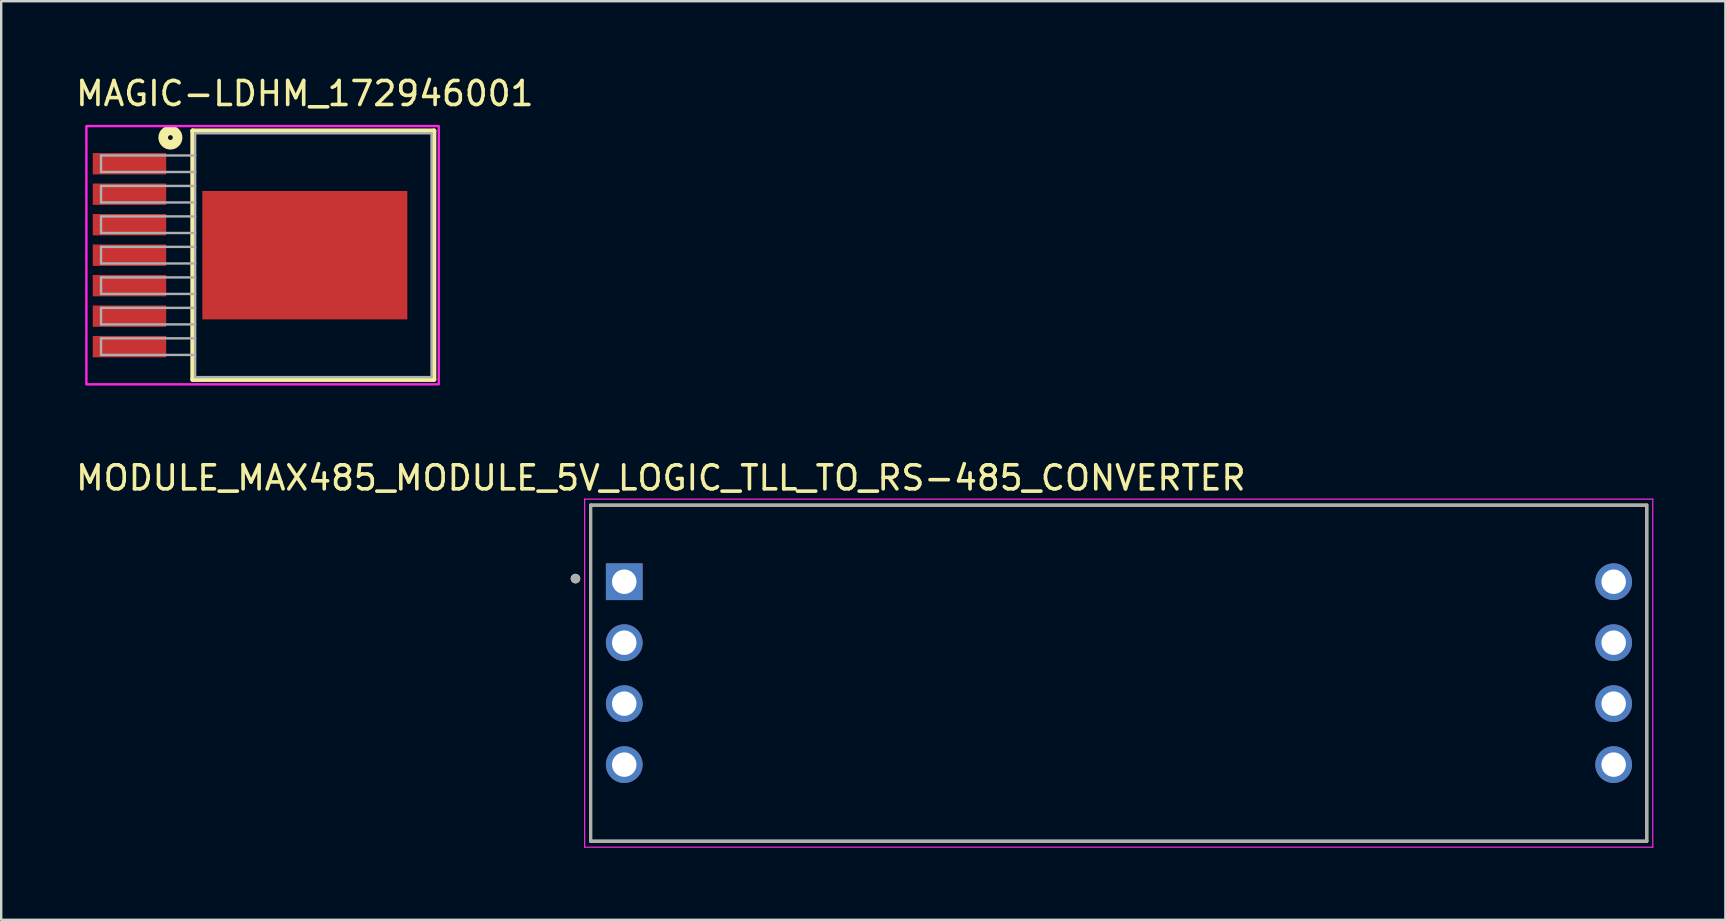
<source format=kicad_pcb>
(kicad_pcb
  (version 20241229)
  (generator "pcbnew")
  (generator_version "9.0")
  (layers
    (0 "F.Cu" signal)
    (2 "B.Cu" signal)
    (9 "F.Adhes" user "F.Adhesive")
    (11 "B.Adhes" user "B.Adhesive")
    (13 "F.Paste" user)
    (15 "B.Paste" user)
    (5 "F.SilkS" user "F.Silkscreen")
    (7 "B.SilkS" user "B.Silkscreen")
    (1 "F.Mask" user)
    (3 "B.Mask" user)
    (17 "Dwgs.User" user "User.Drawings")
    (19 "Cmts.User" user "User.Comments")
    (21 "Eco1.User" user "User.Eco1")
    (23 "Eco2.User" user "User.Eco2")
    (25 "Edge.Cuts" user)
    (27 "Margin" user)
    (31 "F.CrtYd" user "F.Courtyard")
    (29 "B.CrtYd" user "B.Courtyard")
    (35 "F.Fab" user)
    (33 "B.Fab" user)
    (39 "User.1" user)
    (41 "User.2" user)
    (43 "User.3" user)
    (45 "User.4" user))
  (footprint "MAGIC-LDHM_172946001"
    (layer "F.Cu")
    (at 9.649 7.581)
    (property "Reference" "MAGIC-LDHM_172946001" (at 0 -6.733 0) (layer "F.SilkS") (effects (font (size 1 1) (thickness 0.15))))
    (attr smd)
    (fp_line (start -4.67 -5.18) (end 5.38 -5.18) (stroke (width 0.2) (type solid)) (layer "F.SilkS"))
    (fp_line (start -4.67 5.18) (end -4.67 -5.18) (stroke (width 0.2) (type solid)) (layer "F.SilkS"))
    (fp_line (start 5.38 -5.18) (end 5.38 5.18) (stroke (width 0.2) (type solid)) (layer "F.SilkS"))
    (fp_line (start 5.38 5.18) (end -4.67 5.18) (stroke (width 0.2) (type solid)) (layer "F.SilkS"))
    (fp_circle (center -5.6 -4.9) (end -5.5 -4.9) (stroke (width 0.4) (type solid)) (fill no) (layer "F.SilkS"))
    (fp_poly (pts (xy -1.555 -2.675) (xy -1.555 -0.1) (xy -4.265 -0.1) (xy -4.265 -2.675)) (stroke (width 0.1) (type solid)) (fill yes) (layer "F.Paste"))
    (fp_poly (pts (xy -1.355 -2.675) (xy 1.355 -2.675) (xy 1.355 -0.1) (xy -1.355 -0.1) (xy -1.355 -2.674) (xy -1.345 -2.674)) (stroke (width 0.1) (type solid)) (fill yes) (layer "F.Paste"))
    (fp_poly (pts (xy -1.355 0.1) (xy 1.355 0.1) (xy 1.355 2.675) (xy -1.355 2.675) (xy -1.355 0.101) (xy -1.345 0.101)) (stroke (width 0.1) (type solid)) (fill yes) (layer "F.Paste"))
    (fp_poly (pts (xy 1.555 -2.675) (xy 4.265 -2.675) (xy 4.265 -0.1) (xy 1.555 -0.1) (xy 1.555 -2.676) (xy 1.559 -2.676)) (stroke (width 0.1) (type solid)) (fill yes) (layer "F.Paste"))
    (fp_poly (pts (xy 1.555 0.1) (xy 4.265 0.1) (xy 4.265 2.675) (xy 1.555 2.675) (xy 1.555 0.099) (xy 1.559 0.099)) (stroke (width 0.1) (type solid)) (fill yes) (layer "F.Paste"))
    (fp_poly (pts (xy -4.265 0.1) (xy -1.555 0.1) (xy -1.555 2.675) (xy -4.265 2.675) (xy -4.266 0.101) (xy -4.263 0.101) (xy -4.263 0.102)) (stroke (width 0.1) (type solid)) (fill yes) (layer "F.Paste"))
    (fp_poly (pts (xy -9.1 -5.38) (xy 5.58 -5.38) (xy 5.58 5.38) (xy -9.1 5.38)) (stroke (width 0.1) (type solid)) (fill no) (layer "F.CrtYd"))
    (fp_line (start -8.49 -4.155) (end -8.49 -3.465) (stroke (width 0.1) (type solid)) (layer "F.Fab"))
    (fp_line (start -8.49 -3.465) (end -4.57 -3.465) (stroke (width 0.1) (type solid)) (layer "F.Fab"))
    (fp_line (start -8.49 -2.885) (end -8.49 -2.195) (stroke (width 0.1) (type solid)) (layer "F.Fab"))
    (fp_line (start -8.49 -2.195) (end -4.57 -2.195) (stroke (width 0.1) (type solid)) (layer "F.Fab"))
    (fp_line (start -8.49 -1.615) (end -8.49 -0.925) (stroke (width 0.1) (type solid)) (layer "F.Fab"))
    (fp_line (start -8.49 -0.925) (end -4.57 -0.925) (stroke (width 0.1) (type solid)) (layer "F.Fab"))
    (fp_line (start -8.49 -0.345) (end -8.49 0.345) (stroke (width 0.1) (type solid)) (layer "F.Fab"))
    (fp_line (start -8.49 0.345) (end -4.57 0.345) (stroke (width 0.1) (type solid)) (layer "F.Fab"))
    (fp_line (start -8.49 0.925) (end -8.49 1.615) (stroke (width 0.1) (type solid)) (layer "F.Fab"))
    (fp_line (start -8.49 1.615) (end -4.57 1.615) (stroke (width 0.1) (type solid)) (layer "F.Fab"))
    (fp_line (start -8.49 2.195) (end -8.49 2.885) (stroke (width 0.1) (type solid)) (layer "F.Fab"))
    (fp_line (start -8.49 2.885) (end -4.57 2.885) (stroke (width 0.1) (type solid)) (layer "F.Fab"))
    (fp_line (start -8.49 3.465) (end -8.49 4.155) (stroke (width 0.1) (type solid)) (layer "F.Fab"))
    (fp_line (start -8.49 4.155) (end -4.57 4.155) (stroke (width 0.1) (type solid)) (layer "F.Fab"))
    (fp_line (start -4.57 -5.08) (end -4.57 -4.155) (stroke (width 0.1) (type solid)) (layer "F.Fab"))
    (fp_line (start -4.57 -4.155) (end -8.49 -4.155) (stroke (width 0.1) (type solid)) (layer "F.Fab"))
    (fp_line (start -4.57 -4.155) (end -4.57 -3.465) (stroke (width 0.1) (type solid)) (layer "F.Fab"))
    (fp_line (start -4.57 -3.465) (end -4.57 5.08) (stroke (width 0.1) (type solid)) (layer "F.Fab"))
    (fp_line (start -4.57 -2.885) (end -8.49 -2.885) (stroke (width 0.1) (type solid)) (layer "F.Fab"))
    (fp_line (start -4.57 -1.615) (end -8.49 -1.615) (stroke (width 0.1) (type solid)) (layer "F.Fab"))
    (fp_line (start -4.57 -0.345) (end -8.49 -0.345) (stroke (width 0.1) (type solid)) (layer "F.Fab"))
    (fp_line (start -4.57 0.925) (end -8.49 0.925) (stroke (width 0.1) (type solid)) (layer "F.Fab"))
    (fp_line (start -4.57 2.195) (end -8.49 2.195) (stroke (width 0.1) (type solid)) (layer "F.Fab"))
    (fp_line (start -4.57 3.465) (end -8.49 3.465) (stroke (width 0.1) (type solid)) (layer "F.Fab"))
    (fp_line (start -4.57 5.08) (end 5.28 5.08) (stroke (width 0.1) (type solid)) (layer "F.Fab"))
    (fp_line (start 5.28 -5.08) (end -4.57 -5.08) (stroke (width 0.1) (type solid)) (layer "F.Fab"))
    (fp_line (start 5.28 5.08) (end 5.28 -5.08) (stroke (width 0.1) (type solid)) (layer "F.Fab"))
    (pad "1" smd rect (at -7.305 -3.81) (size 3.06 0.89) (layers "F.Cu" "F.Mask" "F.Paste"))
    (pad "2" smd rect (at -7.305 -2.54) (size 3.06 0.89) (layers "F.Cu" "F.Mask" "F.Paste"))
    (pad "3" smd rect (at -7.305 -1.27) (size 3.06 0.89) (layers "F.Cu" "F.Mask" "F.Paste"))
    (pad "4" smd rect (at -7.305 0) (size 3.06 0.89) (layers "F.Cu" "F.Mask" "F.Paste"))
    (pad "5" smd rect (at -7.305 1.27) (size 3.06 0.89) (layers "F.Cu" "F.Mask" "F.Paste"))
    (pad "6" smd rect (at -7.305 2.54) (size 3.06 0.89) (layers "F.Cu" "F.Mask" "F.Paste"))
    (pad "7" smd rect (at -7.305 3.81) (size 3.06 0.89) (layers "F.Cu" "F.Mask" "F.Paste"))
    (pad "EP" smd rect (at 0 0) (size 8.54 5.35) (layers "F.Cu" "F.Mask")))
  (footprint "MODULE_MAX485_MODULE_5V_LOGIC_TLL_TO_RS-485_CONVERTER"
    (layer "F.Cu")
    (at 43.557 24.995)
    (property "Reference" "MODULE_MAX485_MODULE_5V_LOGIC_TLL_TO_RS-485_CONVERTER" (at -19.075 -8.135 0) (layer "F.SilkS") (effects (font (size 1 1) (thickness 0.15))))
    (attr through_hole)
    (fp_line (start -22 -7) (end 22 -7) (stroke (width 0.127) (type solid)) (layer "F.SilkS"))
    (fp_line (start -22 7) (end -22 -7) (stroke (width 0.127) (type solid)) (layer "F.SilkS"))
    (fp_line (start 22 -7) (end 22 7) (stroke (width 0.127) (type solid)) (layer "F.SilkS"))
    (fp_line (start 22 7) (end -22 7) (stroke (width 0.127) (type solid)) (layer "F.SilkS"))
    (fp_circle (center -22.632 -3.94) (end -22.532 -3.94) (stroke (width 0.2) (type solid)) (fill no) (layer "F.SilkS"))
    (fp_line (start -22.25 -7.25) (end -22.25 7.25) (stroke (width 0.05) (type solid)) (layer "F.CrtYd"))
    (fp_line (start -22.25 7.25) (end 22.25 7.25) (stroke (width 0.05) (type solid)) (layer "F.CrtYd"))
    (fp_line (start 22.25 -7.25) (end -22.25 -7.25) (stroke (width 0.05) (type solid)) (layer "F.CrtYd"))
    (fp_line (start 22.25 7.25) (end 22.25 -7.25) (stroke (width 0.05) (type solid)) (layer "F.CrtYd"))
    (fp_line (start -22 -7) (end 22 -7) (stroke (width 0.127) (type solid)) (layer "F.Fab"))
    (fp_line (start -22 7) (end -22 -7) (stroke (width 0.127) (type solid)) (layer "F.Fab"))
    (fp_line (start 22 -7) (end 22 7) (stroke (width 0.127) (type solid)) (layer "F.Fab"))
    (fp_line (start 22 7) (end -22 7) (stroke (width 0.127) (type solid)) (layer "F.Fab"))
    (fp_circle (center -22.632 -3.94) (end -22.532 -3.94) (stroke (width 0.2) (type solid)) (fill no) (layer "F.Fab"))
    (pad "1" thru_hole rect (at -20.6 -3.81) (size 1.53 1.53) (drill 1.02) (layers "*.Cu" "*.Mask"))
    (pad "2" thru_hole circle (at -20.6 -1.27) (size 1.53 1.53) (drill 1.02) (layers "*.Cu" "*.Mask"))
    (pad "3" thru_hole circle (at -20.6 1.27) (size 1.53 1.53) (drill 1.02) (layers "*.Cu" "*.Mask"))
    (pad "4" thru_hole circle (at -20.6 3.81) (size 1.53 1.53) (drill 1.02) (layers "*.Cu" "*.Mask"))
    (pad "5" thru_hole circle (at 20.62 3.81) (size 1.53 1.53) (drill 1.02) (layers "*.Cu" "*.Mask"))
    (pad "6" thru_hole circle (at 20.62 1.27) (size 1.53 1.53) (drill 1.02) (layers "*.Cu" "*.Mask"))
    (pad "7" thru_hole circle (at 20.62 -1.27) (size 1.53 1.53) (drill 1.02) (layers "*.Cu" "*.Mask"))
    (pad "8" thru_hole circle (at 20.62 -3.81) (size 1.53 1.53) (drill 1.02) (layers "*.Cu" "*.Mask")))
  (gr_rect
    (start -3 -3)
    (end 68.832 35.27)
    (stroke (width 0.1) (type default))
    (fill no)
    (layer "Edge.Cuts")))
</source>
